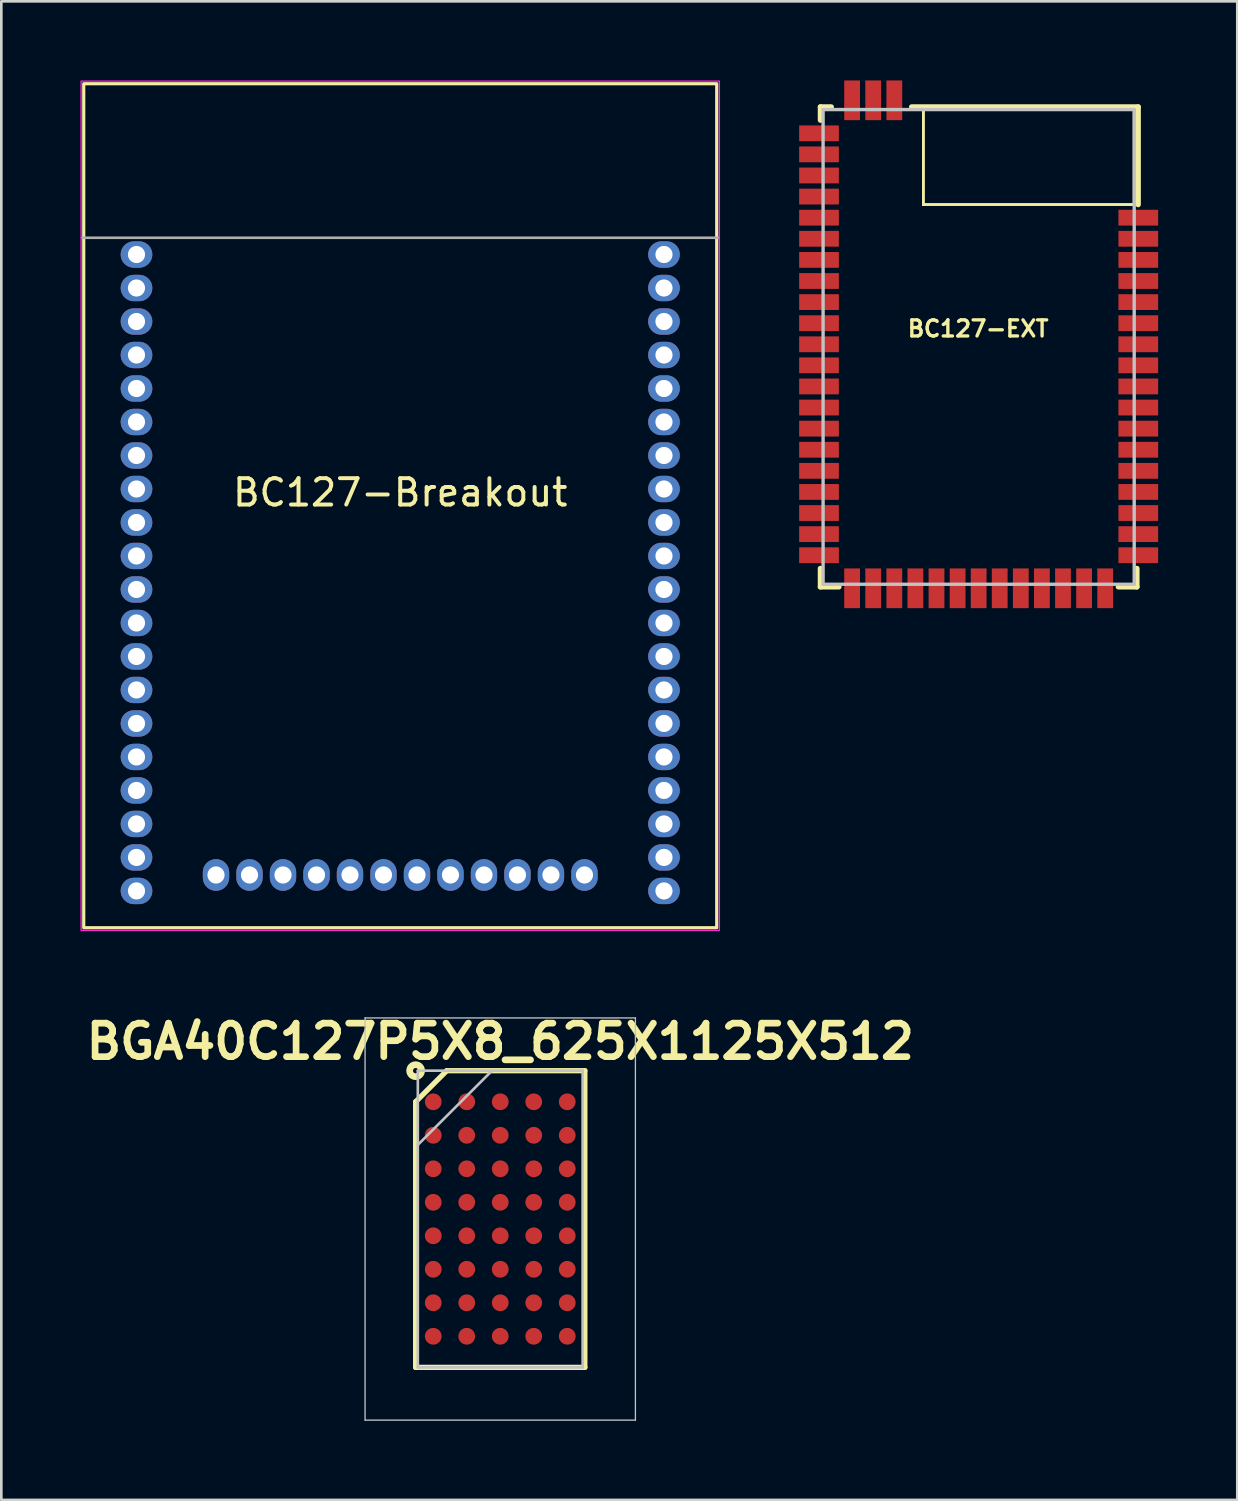
<source format=kicad_pcb>
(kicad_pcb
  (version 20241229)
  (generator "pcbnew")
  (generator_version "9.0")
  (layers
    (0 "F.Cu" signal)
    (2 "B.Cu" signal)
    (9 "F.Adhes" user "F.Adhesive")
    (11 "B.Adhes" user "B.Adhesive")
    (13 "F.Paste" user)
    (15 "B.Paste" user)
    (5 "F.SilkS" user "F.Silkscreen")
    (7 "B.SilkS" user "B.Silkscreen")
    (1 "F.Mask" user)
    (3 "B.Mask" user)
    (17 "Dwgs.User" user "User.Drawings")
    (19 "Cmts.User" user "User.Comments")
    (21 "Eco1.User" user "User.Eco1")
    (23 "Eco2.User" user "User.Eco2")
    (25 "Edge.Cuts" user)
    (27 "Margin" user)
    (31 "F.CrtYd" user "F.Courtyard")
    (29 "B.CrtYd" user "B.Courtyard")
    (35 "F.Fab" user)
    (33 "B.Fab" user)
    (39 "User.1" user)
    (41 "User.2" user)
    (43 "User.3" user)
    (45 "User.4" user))
  (footprint "BC127-EXT"
    (layer "F.Cu")
    (at 34.056 10.103)
    (property "Reference" "BC127-EXT" (at -0.02 -0.691 0) (layer "F.SilkS") (effects (font (size 0.61 0.61) (thickness 0.127))))
    (attr smd)
    (fp_line (start -5.999 -8.598) (end -5.999 -9.098) (stroke (width 0.203) (type solid)) (layer "F.SilkS"))
    (fp_line (start -5.999 9.098) (end -5.999 8.4) (stroke (width 0.203) (type solid)) (layer "F.SilkS"))
    (fp_line (start -5.588 -9.098) (end -5.999 -9.098) (stroke (width 0.203) (type solid)) (layer "F.SilkS"))
    (fp_line (start -5.298 9.098) (end -5.999 9.098) (stroke (width 0.203) (type solid)) (layer "F.SilkS"))
    (fp_line (start -2.54 -9.098) (end 6.048 -9.098) (stroke (width 0.203) (type solid)) (layer "F.SilkS"))
    (fp_line (start -2.098 -8.999) (end -2.098 -5.397) (stroke (width 0.1) (type solid)) (layer "F.SilkS"))
    (fp_line (start -2.098 -8.999) (end -2.098 -5.397) (stroke (width 0.1) (type solid)) (layer "F.SilkS"))
    (fp_line (start -2.098 -5.397) (end 5.898 -5.397) (stroke (width 0.1) (type solid)) (layer "F.SilkS"))
    (fp_line (start -2.098 -5.397) (end 5.898 -5.397) (stroke (width 0.1) (type solid)) (layer "F.SilkS"))
    (fp_line (start 5.898 -5.397) (end 5.898 -8.999) (stroke (width 0.1) (type solid)) (layer "F.SilkS"))
    (fp_line (start 5.898 -5.397) (end 5.898 -8.999) (stroke (width 0.1) (type solid)) (layer "F.SilkS"))
    (fp_line (start 5.999 8.4) (end 5.999 9.098) (stroke (width 0.203) (type solid)) (layer "F.SilkS"))
    (fp_line (start 5.999 9.098) (end 5.298 9.098) (stroke (width 0.203) (type solid)) (layer "F.SilkS"))
    (fp_line (start 6.048 -9.098) (end 6.048 -5.397) (stroke (width 0.203) (type solid)) (layer "F.SilkS"))
    (fp_line (start -5.898 -8.999) (end 5.898 -8.999) (stroke (width 0.127) (type solid)) (layer "Dwgs.User"))
    (fp_line (start -5.898 8.999) (end -5.898 -8.999) (stroke (width 0.127) (type solid)) (layer "Dwgs.User"))
    (fp_line (start 5.898 -8.999) (end 5.898 8.999) (stroke (width 0.127) (type solid)) (layer "Dwgs.User"))
    (fp_line (start 5.898 8.999) (end -5.898 8.999) (stroke (width 0.127) (type solid)) (layer "Dwgs.User"))
    (pad "1" smd rect (at -6.053 -8.098) (size 1.506 0.599) (layers "F.Cu" "F.Mask" "F.Paste"))
    (pad "2" smd rect (at -6.053 -7.3) (size 1.506 0.599) (layers "F.Cu" "F.Mask" "F.Paste"))
    (pad "3" smd rect (at -6.053 -6.5) (size 1.506 0.599) (layers "F.Cu" "F.Mask" "F.Paste"))
    (pad "4" smd rect (at -6.053 -5.7) (size 1.506 0.599) (layers "F.Cu" "F.Mask" "F.Paste"))
    (pad "5" smd rect (at -6.053 -4.9) (size 1.506 0.599) (layers "F.Cu" "F.Mask" "F.Paste"))
    (pad "6" smd rect (at -6.053 -4.1) (size 1.506 0.599) (layers "F.Cu" "F.Mask" "F.Paste"))
    (pad "7" smd rect (at -6.053 -3.299) (size 1.506 0.599) (layers "F.Cu" "F.Mask" "F.Paste"))
    (pad "8" smd rect (at -6.053 -2.499) (size 1.506 0.599) (layers "F.Cu" "F.Mask" "F.Paste"))
    (pad "9" smd rect (at -6.053 -1.699) (size 1.506 0.599) (layers "F.Cu" "F.Mask" "F.Paste"))
    (pad "10" smd rect (at -6.053 -0.899) (size 1.506 0.599) (layers "F.Cu" "F.Mask" "F.Paste"))
    (pad "11" smd rect (at -6.053 -0.099) (size 1.506 0.599) (layers "F.Cu" "F.Mask" "F.Paste"))
    (pad "12" smd rect (at -6.053 0.699) (size 1.506 0.599) (layers "F.Cu" "F.Mask" "F.Paste"))
    (pad "13" smd rect (at -6.053 1.499) (size 1.506 0.599) (layers "F.Cu" "F.Mask" "F.Paste"))
    (pad "14" smd rect (at -6.053 2.299) (size 1.506 0.599) (layers "F.Cu" "F.Mask" "F.Paste"))
    (pad "15" smd rect (at -6.053 3.099) (size 1.506 0.599) (layers "F.Cu" "F.Mask" "F.Paste"))
    (pad "16" smd rect (at -6.053 3.899) (size 1.506 0.599) (layers "F.Cu" "F.Mask" "F.Paste"))
    (pad "17" smd rect (at -6.053 4.699) (size 1.506 0.599) (layers "F.Cu" "F.Mask" "F.Paste"))
    (pad "18" smd rect (at -6.053 5.499) (size 1.506 0.599) (layers "F.Cu" "F.Mask" "F.Paste"))
    (pad "19" smd rect (at -6.053 6.299) (size 1.506 0.599) (layers "F.Cu" "F.Mask" "F.Paste"))
    (pad "20" smd rect (at -6.053 7.099) (size 1.506 0.599) (layers "F.Cu" "F.Mask" "F.Paste"))
    (pad "21" smd rect (at -6.053 7.899) (size 1.506 0.599) (layers "F.Cu" "F.Mask" "F.Paste"))
    (pad "22" smd rect (at -4.798 9.152 90) (size 1.506 0.599) (layers "F.Cu" "F.Mask" "F.Paste"))
    (pad "23" smd rect (at -3.998 9.152 90) (size 1.506 0.599) (layers "F.Cu" "F.Mask" "F.Paste"))
    (pad "24" smd rect (at -3.198 9.152 90) (size 1.506 0.599) (layers "F.Cu" "F.Mask" "F.Paste"))
    (pad "25" smd rect (at -2.398 9.152 90) (size 1.506 0.599) (layers "F.Cu" "F.Mask" "F.Paste"))
    (pad "26" smd rect (at -1.598 9.152 90) (size 1.506 0.599) (layers "F.Cu" "F.Mask" "F.Paste"))
    (pad "27" smd rect (at -0.798 9.152 90) (size 1.506 0.599) (layers "F.Cu" "F.Mask" "F.Paste"))
    (pad "28" smd rect (at 0 9.152 90) (size 1.506 0.599) (layers "F.Cu" "F.Mask" "F.Paste"))
    (pad "29" smd rect (at 0.798 9.152 90) (size 1.506 0.599) (layers "F.Cu" "F.Mask" "F.Paste"))
    (pad "30" smd rect (at 1.598 9.152 90) (size 1.506 0.599) (layers "F.Cu" "F.Mask" "F.Paste"))
    (pad "31" smd rect (at 2.398 9.152 90) (size 1.506 0.599) (layers "F.Cu" "F.Mask" "F.Paste"))
    (pad "32" smd rect (at 3.198 9.152 90) (size 1.506 0.599) (layers "F.Cu" "F.Mask" "F.Paste"))
    (pad "33" smd rect (at 3.998 9.152 90) (size 1.506 0.599) (layers "F.Cu" "F.Mask" "F.Paste"))
    (pad "34" smd rect (at 4.798 9.152 90) (size 1.506 0.599) (layers "F.Cu" "F.Mask" "F.Paste"))
    (pad "35" smd rect (at 6.053 7.899) (size 1.506 0.599) (layers "F.Cu" "F.Mask" "F.Paste"))
    (pad "36" smd rect (at 6.053 7.099) (size 1.506 0.599) (layers "F.Cu" "F.Mask" "F.Paste"))
    (pad "37" smd rect (at 6.053 6.299) (size 1.506 0.599) (layers "F.Cu" "F.Mask" "F.Paste"))
    (pad "38" smd rect (at 6.053 5.499) (size 1.506 0.599) (layers "F.Cu" "F.Mask" "F.Paste"))
    (pad "39" smd rect (at 6.053 4.699) (size 1.506 0.599) (layers "F.Cu" "F.Mask" "F.Paste"))
    (pad "40" smd rect (at 6.053 3.899) (size 1.506 0.599) (layers "F.Cu" "F.Mask" "F.Paste"))
    (pad "41" smd rect (at 6.053 3.099) (size 1.506 0.599) (layers "F.Cu" "F.Mask" "F.Paste"))
    (pad "42" smd rect (at 6.053 2.299) (size 1.506 0.599) (layers "F.Cu" "F.Mask" "F.Paste"))
    (pad "43" smd rect (at 6.053 1.499) (size 1.506 0.599) (layers "F.Cu" "F.Mask" "F.Paste"))
    (pad "44" smd rect (at 6.053 0.699) (size 1.506 0.599) (layers "F.Cu" "F.Mask" "F.Paste"))
    (pad "45" smd rect (at 6.053 -0.099) (size 1.506 0.599) (layers "F.Cu" "F.Mask" "F.Paste"))
    (pad "46" smd rect (at 6.053 -0.899) (size 1.506 0.599) (layers "F.Cu" "F.Mask" "F.Paste"))
    (pad "47" smd rect (at 6.053 -1.699) (size 1.506 0.599) (layers "F.Cu" "F.Mask" "F.Paste"))
    (pad "48" smd rect (at 6.053 -2.499) (size 1.506 0.599) (layers "F.Cu" "F.Mask" "F.Paste"))
    (pad "49" smd rect (at 6.053 -3.299) (size 1.506 0.599) (layers "F.Cu" "F.Mask" "F.Paste"))
    (pad "50" smd rect (at 6.053 -4.1) (size 1.506 0.599) (layers "F.Cu" "F.Mask" "F.Paste"))
    (pad "51" smd rect (at 6.053 -4.9) (size 1.506 0.599) (layers "F.Cu" "F.Mask" "F.Paste"))
    (pad "52" smd rect (at -3.198 -9.35 90) (size 1.506 0.599) (layers "F.Cu" "F.Mask" "F.Paste"))
    (pad "53" smd rect (at -3.998 -9.35 90) (size 1.506 0.599) (layers "F.Cu" "F.Mask" "F.Paste"))
    (pad "54" smd rect (at -4.798 -9.35 90) (size 1.506 0.599) (layers "F.Cu" "F.Mask" "F.Paste")))
  (footprint "BGA40C127P5X8_625X1125X512"
    (layer "F.Cu")
    (at 15.917 43.17)
    (property "Reference" "BGA40C127P5X8_625X1125X512" (at 0 -6.731 0) (layer "F.SilkS") (effects (font (size 1.27 1.27) (thickness 0.254))))
    (attr smd)
    (fp_line (start -3.208 -4.445) (end -2.028 -5.625) (stroke (width 0.2) (type solid)) (layer "F.SilkS"))
    (fp_line (start -3.208 5.625) (end -3.208 -4.445) (stroke (width 0.2) (type solid)) (layer "F.SilkS"))
    (fp_line (start -2.028 -5.625) (end 3.207 -5.625) (stroke (width 0.2) (type solid)) (layer "F.SilkS"))
    (fp_line (start 3.207 -5.625) (end 3.207 5.625) (stroke (width 0.2) (type solid)) (layer "F.SilkS"))
    (fp_line (start 3.207 5.625) (end -3.208 5.625) (stroke (width 0.2) (type solid)) (layer "F.SilkS"))
    (fp_circle (center -3.208 -5.625) (end -3.108 -5.625) (stroke (width 0.254) (type solid)) (fill no) (layer "F.SilkS"))
    (fp_line (start -5.125 -7.625) (end 5.125 -7.625) (stroke (width 0.05) (type solid)) (layer "Dwgs.User"))
    (fp_line (start -5.125 7.625) (end -5.125 -7.625) (stroke (width 0.05) (type solid)) (layer "Dwgs.User"))
    (fp_line (start -3.125 -5.625) (end 3.125 -5.625) (stroke (width 0.1) (type solid)) (layer "Dwgs.User"))
    (fp_line (start -3.125 -2.812) (end -0.313 -5.624) (stroke (width 0.1) (type solid)) (layer "Dwgs.User"))
    (fp_line (start -3.125 5.625) (end -3.125 -5.625) (stroke (width 0.1) (type solid)) (layer "Dwgs.User"))
    (fp_line (start 3.125 -5.625) (end 3.125 5.625) (stroke (width 0.1) (type solid)) (layer "Dwgs.User"))
    (fp_line (start 3.125 5.625) (end -3.125 5.625) (stroke (width 0.1) (type solid)) (layer "Dwgs.User"))
    (fp_line (start 5.125 -7.625) (end 5.125 7.625) (stroke (width 0.05) (type solid)) (layer "Dwgs.User"))
    (fp_line (start 5.125 7.625) (end -5.125 7.625) (stroke (width 0.05) (type solid)) (layer "Dwgs.User"))
    (pad "A1" smd circle (at -2.54 -4.445 90) (size 0.635 0.635) (layers "F.Cu" "F.Mask" "F.Paste"))
    (pad "A2" smd circle (at -1.27 -4.445 90) (size 0.635 0.635) (layers "F.Cu" "F.Mask" "F.Paste"))
    (pad "A3" smd circle (at 0 -4.445 90) (size 0.635 0.635) (layers "F.Cu" "F.Mask" "F.Paste"))
    (pad "A4" smd circle (at 1.27 -4.445 90) (size 0.635 0.635) (layers "F.Cu" "F.Mask" "F.Paste"))
    (pad "A5" smd circle (at 2.54 -4.445 90) (size 0.635 0.635) (layers "F.Cu" "F.Mask" "F.Paste"))
    (pad "B1" smd circle (at -2.54 -3.175 90) (size 0.635 0.635) (layers "F.Cu" "F.Mask" "F.Paste"))
    (pad "B2" smd circle (at -1.27 -3.175 90) (size 0.635 0.635) (layers "F.Cu" "F.Mask" "F.Paste"))
    (pad "B3" smd circle (at 0 -3.175 90) (size 0.635 0.635) (layers "F.Cu" "F.Mask" "F.Paste"))
    (pad "B4" smd circle (at 1.27 -3.175 90) (size 0.635 0.635) (layers "F.Cu" "F.Mask" "F.Paste"))
    (pad "B5" smd circle (at 2.54 -3.175 90) (size 0.635 0.635) (layers "F.Cu" "F.Mask" "F.Paste"))
    (pad "C1" smd circle (at -2.54 -1.905 90) (size 0.635 0.635) (layers "F.Cu" "F.Mask" "F.Paste"))
    (pad "C2" smd circle (at -1.27 -1.905 90) (size 0.635 0.635) (layers "F.Cu" "F.Mask" "F.Paste"))
    (pad "C3" smd circle (at 0 -1.905 90) (size 0.635 0.635) (layers "F.Cu" "F.Mask" "F.Paste"))
    (pad "C4" smd circle (at 1.27 -1.905 90) (size 0.635 0.635) (layers "F.Cu" "F.Mask" "F.Paste"))
    (pad "C5" smd circle (at 2.54 -1.905 90) (size 0.635 0.635) (layers "F.Cu" "F.Mask" "F.Paste"))
    (pad "D1" smd circle (at -2.54 -0.635 90) (size 0.635 0.635) (layers "F.Cu" "F.Mask" "F.Paste"))
    (pad "D2" smd circle (at -1.27 -0.635 90) (size 0.635 0.635) (layers "F.Cu" "F.Mask" "F.Paste"))
    (pad "D3" smd circle (at 0 -0.635 90) (size 0.635 0.635) (layers "F.Cu" "F.Mask" "F.Paste"))
    (pad "D4" smd circle (at 1.27 -0.635 90) (size 0.635 0.635) (layers "F.Cu" "F.Mask" "F.Paste"))
    (pad "D5" smd circle (at 2.54 -0.635 90) (size 0.635 0.635) (layers "F.Cu" "F.Mask" "F.Paste"))
    (pad "E1" smd circle (at -2.54 0.635 90) (size 0.635 0.635) (layers "F.Cu" "F.Mask" "F.Paste"))
    (pad "E2" smd circle (at -1.27 0.635 90) (size 0.635 0.635) (layers "F.Cu" "F.Mask" "F.Paste"))
    (pad "E3" smd circle (at 0 0.635 90) (size 0.635 0.635) (layers "F.Cu" "F.Mask" "F.Paste"))
    (pad "E4" smd circle (at 1.27 0.635 90) (size 0.635 0.635) (layers "F.Cu" "F.Mask" "F.Paste"))
    (pad "E5" smd circle (at 2.54 0.635 90) (size 0.635 0.635) (layers "F.Cu" "F.Mask" "F.Paste"))
    (pad "F1" smd circle (at -2.54 1.905 90) (size 0.635 0.635) (layers "F.Cu" "F.Mask" "F.Paste"))
    (pad "F2" smd circle (at -1.27 1.905 90) (size 0.635 0.635) (layers "F.Cu" "F.Mask" "F.Paste"))
    (pad "F3" smd circle (at 0 1.905 90) (size 0.635 0.635) (layers "F.Cu" "F.Mask" "F.Paste"))
    (pad "F4" smd circle (at 1.27 1.905 90) (size 0.635 0.635) (layers "F.Cu" "F.Mask" "F.Paste"))
    (pad "F5" smd circle (at 2.54 1.905 90) (size 0.635 0.635) (layers "F.Cu" "F.Mask" "F.Paste"))
    (pad "G1" smd circle (at -2.54 3.175 90) (size 0.635 0.635) (layers "F.Cu" "F.Mask" "F.Paste"))
    (pad "G2" smd circle (at -1.27 3.175 90) (size 0.635 0.635) (layers "F.Cu" "F.Mask" "F.Paste"))
    (pad "G3" smd circle (at 0 3.175 90) (size 0.635 0.635) (layers "F.Cu" "F.Mask" "F.Paste"))
    (pad "G4" smd circle (at 1.27 3.175 90) (size 0.635 0.635) (layers "F.Cu" "F.Mask" "F.Paste"))
    (pad "G5" smd circle (at 2.54 3.175 90) (size 0.635 0.635) (layers "F.Cu" "F.Mask" "F.Paste"))
    (pad "H1" smd circle (at -2.54 4.445 90) (size 0.635 0.635) (layers "F.Cu" "F.Mask" "F.Paste"))
    (pad "H2" smd circle (at -1.27 4.445 90) (size 0.635 0.635) (layers "F.Cu" "F.Mask" "F.Paste"))
    (pad "H3" smd circle (at 0 4.445 90) (size 0.635 0.635) (layers "F.Cu" "F.Mask" "F.Paste"))
    (pad "H4" smd circle (at 1.27 4.445 90) (size 0.635 0.635) (layers "F.Cu" "F.Mask" "F.Paste"))
    (pad "H5" smd circle (at 2.54 4.445 90) (size 0.635 0.635) (layers "F.Cu" "F.Mask" "F.Paste")))
  (footprint "BC127-Breakout"
    (layer "F.Cu")
    (at 12.125 16.125)
    (property "Reference" "BC127-Breakout" (at 0 -0.5 0) (unlocked yes) (layer "F.SilkS") (effects (font (size 1 1) (thickness 0.15))))
    (attr through_hole)
    (fp_rect (start -12 -16) (end 12 16) (stroke (width 0.12) (type solid)) (fill no) (layer "F.SilkS"))
    (fp_rect (start -12.1 -16.1) (end 12.1 16.1) (stroke (width 0.05) (type solid)) (fill no) (layer "F.CrtYd"))
    (fp_line (start -12.065 -10.16) (end 12.065 -10.16) (stroke (width 0.1) (type solid)) (layer "F.Fab"))
    (pad "1" thru_hole oval (at -10 -9.525) (size 1.2 1) (drill 0.65) (layers "*.Cu" "*.Mask"))
    (pad "2" thru_hole oval (at -10 -8.255) (size 1.2 1) (drill 0.65) (layers "*.Cu" "*.Mask"))
    (pad "3" thru_hole oval (at -10 -6.985 90) (size 1 1.2) (drill 0.65) (layers "*.Cu" "*.Mask"))
    (pad "4" thru_hole oval (at -10 -5.715) (size 1.2 1) (drill 0.65) (layers "*.Cu" "*.Mask"))
    (pad "5" thru_hole oval (at -10 -4.445 90) (size 1 1.2) (drill 0.65) (layers "*.Cu" "*.Mask"))
    (pad "6" thru_hole oval (at -10 -3.175) (size 1.2 1) (drill 0.65) (layers "*.Cu" "*.Mask"))
    (pad "7" thru_hole oval (at -10 -1.905) (size 1.2 1) (drill 0.65) (layers "*.Cu" "*.Mask"))
    (pad "8" thru_hole oval (at -10 -0.635) (size 1.2 1) (drill 0.65) (layers "*.Cu" "*.Mask"))
    (pad "9" thru_hole oval (at -10 0.635) (size 1.2 1) (drill 0.65) (layers "*.Cu" "*.Mask"))
    (pad "10" thru_hole oval (at -10 1.905) (size 1.2 1) (drill 0.65) (layers "*.Cu" "*.Mask"))
    (pad "11" thru_hole oval (at -10 3.175) (size 1.2 1) (drill 0.65) (layers "*.Cu" "*.Mask"))
    (pad "12" thru_hole oval (at -10 4.445) (size 1.2 1) (drill 0.65) (layers "*.Cu" "*.Mask"))
    (pad "13" thru_hole oval (at -10 5.715) (size 1.2 1) (drill 0.65) (layers "*.Cu" "*.Mask"))
    (pad "14" thru_hole oval (at -10 6.985) (size 1.2 1) (drill 0.65) (layers "*.Cu" "*.Mask"))
    (pad "15" thru_hole oval (at -10 8.255) (size 1.2 1) (drill 0.65) (layers "*.Cu" "*.Mask"))
    (pad "16" thru_hole oval (at -10 9.525) (size 1.2 1) (drill 0.65) (layers "*.Cu" "*.Mask"))
    (pad "17" thru_hole oval (at -10 10.795) (size 1.2 1) (drill 0.65) (layers "*.Cu" "*.Mask"))
    (pad "18" thru_hole oval (at -10 12.065) (size 1.2 1) (drill 0.65) (layers "*.Cu" "*.Mask"))
    (pad "19" thru_hole oval (at -10 13.335) (size 1.2 1) (drill 0.65) (layers "*.Cu" "*.Mask"))
    (pad "20" thru_hole oval (at -10 14.605) (size 1.2 1) (drill 0.65) (layers "*.Cu" "*.Mask"))
    (pad "21" thru_hole oval (at -6.985 14 90) (size 1.2 1) (drill 0.65) (layers "*.Cu" "*.Mask"))
    (pad "22" thru_hole oval (at -5.715 14 90) (size 1.2 1) (drill 0.65) (layers "*.Cu" "*.Mask"))
    (pad "23" thru_hole oval (at -4.445 14 90) (size 1.2 1) (drill 0.65) (layers "*.Cu" "*.Mask"))
    (pad "24" thru_hole oval (at -3.175 14 90) (size 1.2 1) (drill 0.65) (layers "*.Cu" "*.Mask"))
    (pad "25" thru_hole oval (at -1.905 14 90) (size 1.2 1) (drill 0.65) (layers "*.Cu" "*.Mask"))
    (pad "26" thru_hole oval (at -0.635 14 90) (size 1.2 1) (drill 0.65) (layers "*.Cu" "*.Mask"))
    (pad "27" thru_hole oval (at 0.635 14 90) (size 1.2 1) (drill 0.65) (layers "*.Cu" "*.Mask"))
    (pad "28" thru_hole oval (at 1.905 14 90) (size 1.2 1) (drill 0.65) (layers "*.Cu" "*.Mask"))
    (pad "29" thru_hole oval (at 3.175 14 90) (size 1.2 1) (drill 0.65) (layers "*.Cu" "*.Mask"))
    (pad "30" thru_hole oval (at 4.445 14 90) (size 1.2 1) (drill 0.65) (layers "*.Cu" "*.Mask"))
    (pad "31" thru_hole oval (at 5.715 14 90) (size 1.2 1) (drill 0.65) (layers "*.Cu" "*.Mask"))
    (pad "32" thru_hole oval (at 10 14.605) (size 1.2 1) (drill 0.65) (layers "*.Cu" "*.Mask"))
    (pad "33" thru_hole oval (at 10 13.335) (size 1.2 1) (drill 0.65) (layers "*.Cu" "*.Mask"))
    (pad "34" thru_hole oval (at 10 12.065) (size 1.2 1) (drill 0.65) (layers "*.Cu" "*.Mask"))
    (pad "35" thru_hole oval (at 10 10.795) (size 1.2 1) (drill 0.65) (layers "*.Cu" "*.Mask"))
    (pad "36" thru_hole oval (at 10 9.525) (size 1.2 1) (drill 0.65) (layers "*.Cu" "*.Mask"))
    (pad "37" thru_hole oval (at 10 8.255) (size 1.2 1) (drill 0.65) (layers "*.Cu" "*.Mask"))
    (pad "38" thru_hole oval (at 10 6.985) (size 1.2 1) (drill 0.65) (layers "*.Cu" "*.Mask"))
    (pad "39" thru_hole oval (at 10 5.715) (size 1.2 1) (drill 0.65) (layers "*.Cu" "*.Mask"))
    (pad "40" thru_hole oval (at 10 4.445) (size 1.2 1) (drill 0.65) (layers "*.Cu" "*.Mask"))
    (pad "41" thru_hole oval (at 10 3.175) (size 1.2 1) (drill 0.65) (layers "*.Cu" "*.Mask"))
    (pad "42" thru_hole oval (at 10 1.905) (size 1.2 1) (drill 0.65) (layers "*.Cu" "*.Mask"))
    (pad "43" thru_hole oval (at 10 0.635) (size 1.2 1) (drill 0.65) (layers "*.Cu" "*.Mask"))
    (pad "44" thru_hole oval (at 10 -0.635) (size 1.2 1) (drill 0.65) (layers "*.Cu" "*.Mask"))
    (pad "45" thru_hole oval (at 10 -1.905) (size 1.2 1) (drill 0.65) (layers "*.Cu" "*.Mask"))
    (pad "46" thru_hole oval (at 10 -3.175) (size 1.2 1) (drill 0.65) (layers "*.Cu" "*.Mask"))
    (pad "47" thru_hole oval (at 10 -4.445) (size 1.2 1) (drill 0.65) (layers "*.Cu" "*.Mask"))
    (pad "48" thru_hole oval (at 10 -5.715) (size 1.2 1) (drill 0.65) (layers "*.Cu" "*.Mask"))
    (pad "49" thru_hole oval (at 10 -6.985) (size 1.2 1) (drill 0.65) (layers "*.Cu" "*.Mask"))
    (pad "50" thru_hole oval (at 10 -8.255) (size 1.2 1) (drill 0.65) (layers "*.Cu" "*.Mask"))
    (pad "51" thru_hole oval (at 10 -9.525) (size 1.2 1) (drill 0.65) (layers "*.Cu" "*.Mask"))
    (pad "X" thru_hole oval (at 6.985 14 90) (size 1.2 1) (drill 0.65) (layers "*.Cu" "*.Mask"))
    (zone (net_name "") (layers "F.Cu" "B.Cu" "F.Fab") (hatch edge 0.508) (connect_pads) (min_thickness 0.254) (filled_areas_thickness no) (keepout (tracks allowed) (vias allowed) (pads allowed) (copperpour not_allowed) (footprints not_allowed)) (placement (enabled no)) (fill) (polygon (pts (xy 24.063 9.775) (xy 9.712 9.775) (xy 9.712 0.123) (xy 24.063 0.123)))))
  (gr_rect
    (start -3 -3)
    (end 43.862 53.82)
    (stroke (width 0.1) (type default))
    (fill no)
    (layer "Edge.Cuts")))
</source>
